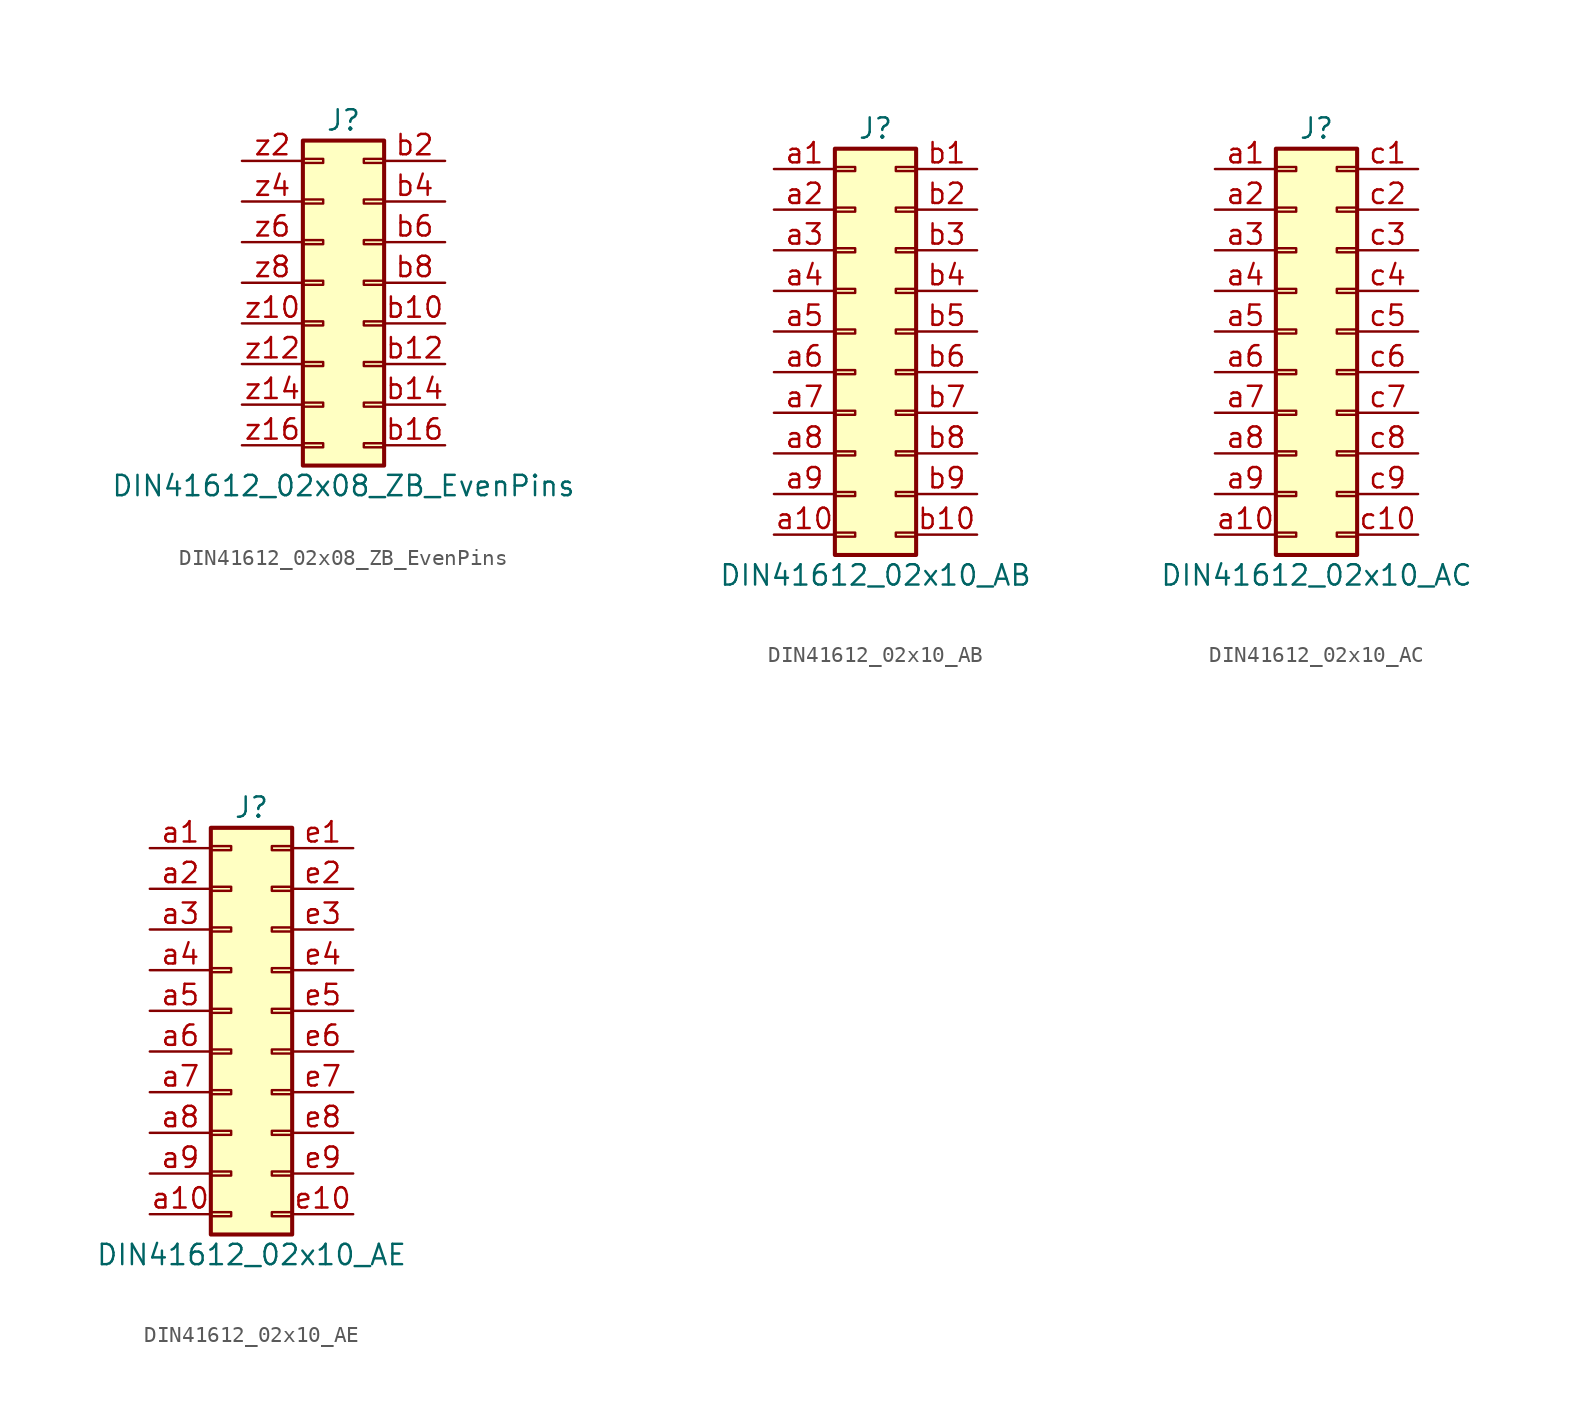
<source format=kicad_sym>
(kicad_symbol_lib
  (version 20220914)
  (generator kicad_symbol_editor)
  (symbol "DIN41612_02x08_ZB_EvenPins"
    (pin_names
      (offset 1.016) hide)
    (property "Reference" "J"
      (at 1.27 10.16 0)
      (effects (font (size 1.27 1.27))))
    (property "Value" "DIN41612_02x08_ZB_EvenPins"
      (at 1.27 -12.7 0)
      (effects (font (size 1.27 1.27))))
    (symbol "DIN41612_02x08_ZB_EvenPins_1_1"
      (rectangle (start -1.27 -10.033) (end 0 -10.287) (stroke (width 0.152) (type default)) (fill (type none)))
      (rectangle (start -1.27 -7.493) (end 0 -7.747) (stroke (width 0.152) (type default)) (fill (type none)))
      (rectangle (start -1.27 -4.953) (end 0 -5.207) (stroke (width 0.152) (type default)) (fill (type none)))
      (rectangle (start -1.27 -2.413) (end 0 -2.667) (stroke (width 0.152) (type default)) (fill (type none)))
      (rectangle (start -1.27 0.127) (end 0 -0.127) (stroke (width 0.152) (type default)) (fill (type none)))
      (rectangle (start -1.27 2.667) (end 0 2.413) (stroke (width 0.152) (type default)) (fill (type none)))
      (rectangle (start -1.27 5.207) (end 0 4.953) (stroke (width 0.152) (type default)) (fill (type none)))
      (rectangle (start -1.27 7.747) (end 0 7.493) (stroke (width 0.152) (type default)) (fill (type none)))
      (rectangle (start -1.27 8.89) (end 3.81 -11.43) (stroke (width 0.254) (type default)) (fill (type background)))
      (rectangle (start 3.81 -10.033) (end 2.54 -10.287) (stroke (width 0.152) (type default)) (fill (type none)))
      (rectangle (start 3.81 -7.493) (end 2.54 -7.747) (stroke (width 0.152) (type default)) (fill (type none)))
      (rectangle (start 3.81 -4.953) (end 2.54 -5.207) (stroke (width 0.152) (type default)) (fill (type none)))
      (rectangle (start 3.81 -2.413) (end 2.54 -2.667) (stroke (width 0.152) (type default)) (fill (type none)))
      (rectangle (start 3.81 0.127) (end 2.54 -0.127) (stroke (width 0.152) (type default)) (fill (type none)))
      (rectangle (start 3.81 2.667) (end 2.54 2.413) (stroke (width 0.152) (type default)) (fill (type none)))
      (rectangle (start 3.81 5.207) (end 2.54 4.953) (stroke (width 0.152) (type default)) (fill (type none)))
      (rectangle (start 3.81 7.747) (end 2.54 7.493) (stroke (width 0.152) (type default)) (fill (type none)))
      (pin passive line (at 7.62 -2.54 180) (length 3.81) (name "Pin_b10" (effects (font (size 1.27 1.27)))) (number "b10" (effects (font (size 1.27 1.27)))))
      (pin passive line (at 7.62 -5.08 180) (length 3.81) (name "Pin_b12" (effects (font (size 1.27 1.27)))) (number "b12" (effects (font (size 1.27 1.27)))))
      (pin passive line (at 7.62 -7.62 180) (length 3.81) (name "Pin_b14" (effects (font (size 1.27 1.27)))) (number "b14" (effects (font (size 1.27 1.27)))))
      (pin passive line (at 7.62 -10.16 180) (length 3.81) (name "Pin_b16" (effects (font (size 1.27 1.27)))) (number "b16" (effects (font (size 1.27 1.27)))))
      (pin passive line (at 7.62 7.62 180) (length 3.81) (name "Pin_b2" (effects (font (size 1.27 1.27)))) (number "b2" (effects (font (size 1.27 1.27)))))
      (pin passive line (at 7.62 5.08 180) (length 3.81) (name "Pin_b4" (effects (font (size 1.27 1.27)))) (number "b4" (effects (font (size 1.27 1.27)))))
      (pin passive line (at 7.62 2.54 180) (length 3.81) (name "Pin_b6" (effects (font (size 1.27 1.27)))) (number "b6" (effects (font (size 1.27 1.27)))))
      (pin passive line (at 7.62 0 180) (length 3.81) (name "Pin_b8" (effects (font (size 1.27 1.27)))) (number "b8" (effects (font (size 1.27 1.27)))))
      (pin passive line (at -5.08 -2.54 0) (length 3.81) (name "Pin_z10" (effects (font (size 1.27 1.27)))) (number "z10" (effects (font (size 1.27 1.27)))))
      (pin passive line (at -5.08 -5.08 0) (length 3.81) (name "Pin_z12" (effects (font (size 1.27 1.27)))) (number "z12" (effects (font (size 1.27 1.27)))))
      (pin passive line (at -5.08 -7.62 0) (length 3.81) (name "Pin_z14" (effects (font (size 1.27 1.27)))) (number "z14" (effects (font (size 1.27 1.27)))))
      (pin passive line (at -5.08 -10.16 0) (length 3.81) (name "Pin_z16" (effects (font (size 1.27 1.27)))) (number "z16" (effects (font (size 1.27 1.27)))))
      (pin passive line (at -5.08 7.62 0) (length 3.81) (name "Pin_z2" (effects (font (size 1.27 1.27)))) (number "z2" (effects (font (size 1.27 1.27)))))
      (pin passive line (at -5.08 5.08 0) (length 3.81) (name "Pin_z4" (effects (font (size 1.27 1.27)))) (number "z4" (effects (font (size 1.27 1.27)))))
      (pin passive line (at -5.08 2.54 0) (length 3.81) (name "Pin_z6" (effects (font (size 1.27 1.27)))) (number "z6" (effects (font (size 1.27 1.27)))))
      (pin passive line (at -5.08 0 0) (length 3.81) (name "Pin_z8" (effects (font (size 1.27 1.27)))) (number "z8" (effects (font (size 1.27 1.27)))))))
  (symbol "DIN41612_02x10_AB"
    (pin_names
      (offset 1.016) hide)
    (property "Reference" "J"
      (at 1.27 12.7 0)
      (effects (font (size 1.27 1.27))))
    (property "Value" "DIN41612_02x10_AB"
      (at 1.27 -15.24 0)
      (effects (font (size 1.27 1.27))))
    (symbol "DIN41612_02x10_AB_1_1"
      (rectangle (start -1.27 -12.573) (end 0 -12.827) (stroke (width 0.152) (type default)) (fill (type none)))
      (rectangle (start -1.27 -10.033) (end 0 -10.287) (stroke (width 0.152) (type default)) (fill (type none)))
      (rectangle (start -1.27 -7.493) (end 0 -7.747) (stroke (width 0.152) (type default)) (fill (type none)))
      (rectangle (start -1.27 -4.953) (end 0 -5.207) (stroke (width 0.152) (type default)) (fill (type none)))
      (rectangle (start -1.27 -2.413) (end 0 -2.667) (stroke (width 0.152) (type default)) (fill (type none)))
      (rectangle (start -1.27 0.127) (end 0 -0.127) (stroke (width 0.152) (type default)) (fill (type none)))
      (rectangle (start -1.27 2.667) (end 0 2.413) (stroke (width 0.152) (type default)) (fill (type none)))
      (rectangle (start -1.27 5.207) (end 0 4.953) (stroke (width 0.152) (type default)) (fill (type none)))
      (rectangle (start -1.27 7.747) (end 0 7.493) (stroke (width 0.152) (type default)) (fill (type none)))
      (rectangle (start -1.27 10.287) (end 0 10.033) (stroke (width 0.152) (type default)) (fill (type none)))
      (rectangle (start -1.27 11.43) (end 3.81 -13.97) (stroke (width 0.254) (type default)) (fill (type background)))
      (rectangle (start 3.81 -12.573) (end 2.54 -12.827) (stroke (width 0.152) (type default)) (fill (type none)))
      (rectangle (start 3.81 -10.033) (end 2.54 -10.287) (stroke (width 0.152) (type default)) (fill (type none)))
      (rectangle (start 3.81 -7.493) (end 2.54 -7.747) (stroke (width 0.152) (type default)) (fill (type none)))
      (rectangle (start 3.81 -4.953) (end 2.54 -5.207) (stroke (width 0.152) (type default)) (fill (type none)))
      (rectangle (start 3.81 -2.413) (end 2.54 -2.667) (stroke (width 0.152) (type default)) (fill (type none)))
      (rectangle (start 3.81 0.127) (end 2.54 -0.127) (stroke (width 0.152) (type default)) (fill (type none)))
      (rectangle (start 3.81 2.667) (end 2.54 2.413) (stroke (width 0.152) (type default)) (fill (type none)))
      (rectangle (start 3.81 5.207) (end 2.54 4.953) (stroke (width 0.152) (type default)) (fill (type none)))
      (rectangle (start 3.81 7.747) (end 2.54 7.493) (stroke (width 0.152) (type default)) (fill (type none)))
      (rectangle (start 3.81 10.287) (end 2.54 10.033) (stroke (width 0.152) (type default)) (fill (type none)))
      (pin passive line (at -5.08 10.16 0) (length 3.81) (name "Pin_a1" (effects (font (size 1.27 1.27)))) (number "a1" (effects (font (size 1.27 1.27)))))
      (pin passive line (at -5.08 -12.7 0) (length 3.81) (name "Pin_a10" (effects (font (size 1.27 1.27)))) (number "a10" (effects (font (size 1.27 1.27)))))
      (pin passive line (at -5.08 7.62 0) (length 3.81) (name "Pin_a2" (effects (font (size 1.27 1.27)))) (number "a2" (effects (font (size 1.27 1.27)))))
      (pin passive line (at -5.08 5.08 0) (length 3.81) (name "Pin_a3" (effects (font (size 1.27 1.27)))) (number "a3" (effects (font (size 1.27 1.27)))))
      (pin passive line (at -5.08 2.54 0) (length 3.81) (name "Pin_a4" (effects (font (size 1.27 1.27)))) (number "a4" (effects (font (size 1.27 1.27)))))
      (pin passive line (at -5.08 0 0) (length 3.81) (name "Pin_a5" (effects (font (size 1.27 1.27)))) (number "a5" (effects (font (size 1.27 1.27)))))
      (pin passive line (at -5.08 -2.54 0) (length 3.81) (name "Pin_a6" (effects (font (size 1.27 1.27)))) (number "a6" (effects (font (size 1.27 1.27)))))
      (pin passive line (at -5.08 -5.08 0) (length 3.81) (name "Pin_a7" (effects (font (size 1.27 1.27)))) (number "a7" (effects (font (size 1.27 1.27)))))
      (pin passive line (at -5.08 -7.62 0) (length 3.81) (name "Pin_a8" (effects (font (size 1.27 1.27)))) (number "a8" (effects (font (size 1.27 1.27)))))
      (pin passive line (at -5.08 -10.16 0) (length 3.81) (name "Pin_a9" (effects (font (size 1.27 1.27)))) (number "a9" (effects (font (size 1.27 1.27)))))
      (pin passive line (at 7.62 10.16 180) (length 3.81) (name "Pin_b1" (effects (font (size 1.27 1.27)))) (number "b1" (effects (font (size 1.27 1.27)))))
      (pin passive line (at 7.62 -12.7 180) (length 3.81) (name "Pin_b10" (effects (font (size 1.27 1.27)))) (number "b10" (effects (font (size 1.27 1.27)))))
      (pin passive line (at 7.62 7.62 180) (length 3.81) (name "Pin_b2" (effects (font (size 1.27 1.27)))) (number "b2" (effects (font (size 1.27 1.27)))))
      (pin passive line (at 7.62 5.08 180) (length 3.81) (name "Pin_b3" (effects (font (size 1.27 1.27)))) (number "b3" (effects (font (size 1.27 1.27)))))
      (pin passive line (at 7.62 2.54 180) (length 3.81) (name "Pin_b4" (effects (font (size 1.27 1.27)))) (number "b4" (effects (font (size 1.27 1.27)))))
      (pin passive line (at 7.62 0 180) (length 3.81) (name "Pin_b5" (effects (font (size 1.27 1.27)))) (number "b5" (effects (font (size 1.27 1.27)))))
      (pin passive line (at 7.62 -2.54 180) (length 3.81) (name "Pin_b6" (effects (font (size 1.27 1.27)))) (number "b6" (effects (font (size 1.27 1.27)))))
      (pin passive line (at 7.62 -5.08 180) (length 3.81) (name "Pin_b7" (effects (font (size 1.27 1.27)))) (number "b7" (effects (font (size 1.27 1.27)))))
      (pin passive line (at 7.62 -7.62 180) (length 3.81) (name "Pin_b8" (effects (font (size 1.27 1.27)))) (number "b8" (effects (font (size 1.27 1.27)))))
      (pin passive line (at 7.62 -10.16 180) (length 3.81) (name "Pin_b9" (effects (font (size 1.27 1.27)))) (number "b9" (effects (font (size 1.27 1.27)))))))
  (symbol "DIN41612_02x10_AC"
    (pin_names
      (offset 1.016) hide)
    (property "Reference" "J"
      (at 1.27 12.7 0)
      (effects (font (size 1.27 1.27))))
    (property "Value" "DIN41612_02x10_AC"
      (at 1.27 -15.24 0)
      (effects (font (size 1.27 1.27))))
    (symbol "DIN41612_02x10_AC_1_1"
      (rectangle (start -1.27 -12.573) (end 0 -12.827) (stroke (width 0.152) (type default)) (fill (type none)))
      (rectangle (start -1.27 -10.033) (end 0 -10.287) (stroke (width 0.152) (type default)) (fill (type none)))
      (rectangle (start -1.27 -7.493) (end 0 -7.747) (stroke (width 0.152) (type default)) (fill (type none)))
      (rectangle (start -1.27 -4.953) (end 0 -5.207) (stroke (width 0.152) (type default)) (fill (type none)))
      (rectangle (start -1.27 -2.413) (end 0 -2.667) (stroke (width 0.152) (type default)) (fill (type none)))
      (rectangle (start -1.27 0.127) (end 0 -0.127) (stroke (width 0.152) (type default)) (fill (type none)))
      (rectangle (start -1.27 2.667) (end 0 2.413) (stroke (width 0.152) (type default)) (fill (type none)))
      (rectangle (start -1.27 5.207) (end 0 4.953) (stroke (width 0.152) (type default)) (fill (type none)))
      (rectangle (start -1.27 7.747) (end 0 7.493) (stroke (width 0.152) (type default)) (fill (type none)))
      (rectangle (start -1.27 10.287) (end 0 10.033) (stroke (width 0.152) (type default)) (fill (type none)))
      (rectangle (start -1.27 11.43) (end 3.81 -13.97) (stroke (width 0.254) (type default)) (fill (type background)))
      (rectangle (start 3.81 -12.573) (end 2.54 -12.827) (stroke (width 0.152) (type default)) (fill (type none)))
      (rectangle (start 3.81 -10.033) (end 2.54 -10.287) (stroke (width 0.152) (type default)) (fill (type none)))
      (rectangle (start 3.81 -7.493) (end 2.54 -7.747) (stroke (width 0.152) (type default)) (fill (type none)))
      (rectangle (start 3.81 -4.953) (end 2.54 -5.207) (stroke (width 0.152) (type default)) (fill (type none)))
      (rectangle (start 3.81 -2.413) (end 2.54 -2.667) (stroke (width 0.152) (type default)) (fill (type none)))
      (rectangle (start 3.81 0.127) (end 2.54 -0.127) (stroke (width 0.152) (type default)) (fill (type none)))
      (rectangle (start 3.81 2.667) (end 2.54 2.413) (stroke (width 0.152) (type default)) (fill (type none)))
      (rectangle (start 3.81 5.207) (end 2.54 4.953) (stroke (width 0.152) (type default)) (fill (type none)))
      (rectangle (start 3.81 7.747) (end 2.54 7.493) (stroke (width 0.152) (type default)) (fill (type none)))
      (rectangle (start 3.81 10.287) (end 2.54 10.033) (stroke (width 0.152) (type default)) (fill (type none)))
      (pin passive line (at -5.08 10.16 0) (length 3.81) (name "Pin_a1" (effects (font (size 1.27 1.27)))) (number "a1" (effects (font (size 1.27 1.27)))))
      (pin passive line (at -5.08 -12.7 0) (length 3.81) (name "Pin_a10" (effects (font (size 1.27 1.27)))) (number "a10" (effects (font (size 1.27 1.27)))))
      (pin passive line (at -5.08 7.62 0) (length 3.81) (name "Pin_a2" (effects (font (size 1.27 1.27)))) (number "a2" (effects (font (size 1.27 1.27)))))
      (pin passive line (at -5.08 5.08 0) (length 3.81) (name "Pin_a3" (effects (font (size 1.27 1.27)))) (number "a3" (effects (font (size 1.27 1.27)))))
      (pin passive line (at -5.08 2.54 0) (length 3.81) (name "Pin_a4" (effects (font (size 1.27 1.27)))) (number "a4" (effects (font (size 1.27 1.27)))))
      (pin passive line (at -5.08 0 0) (length 3.81) (name "Pin_a5" (effects (font (size 1.27 1.27)))) (number "a5" (effects (font (size 1.27 1.27)))))
      (pin passive line (at -5.08 -2.54 0) (length 3.81) (name "Pin_a6" (effects (font (size 1.27 1.27)))) (number "a6" (effects (font (size 1.27 1.27)))))
      (pin passive line (at -5.08 -5.08 0) (length 3.81) (name "Pin_a7" (effects (font (size 1.27 1.27)))) (number "a7" (effects (font (size 1.27 1.27)))))
      (pin passive line (at -5.08 -7.62 0) (length 3.81) (name "Pin_a8" (effects (font (size 1.27 1.27)))) (number "a8" (effects (font (size 1.27 1.27)))))
      (pin passive line (at -5.08 -10.16 0) (length 3.81) (name "Pin_a9" (effects (font (size 1.27 1.27)))) (number "a9" (effects (font (size 1.27 1.27)))))
      (pin passive line (at 7.62 10.16 180) (length 3.81) (name "Pin_c1" (effects (font (size 1.27 1.27)))) (number "c1" (effects (font (size 1.27 1.27)))))
      (pin passive line (at 7.62 -12.7 180) (length 3.81) (name "Pin_c10" (effects (font (size 1.27 1.27)))) (number "c10" (effects (font (size 1.27 1.27)))))
      (pin passive line (at 7.62 7.62 180) (length 3.81) (name "Pin_c2" (effects (font (size 1.27 1.27)))) (number "c2" (effects (font (size 1.27 1.27)))))
      (pin passive line (at 7.62 5.08 180) (length 3.81) (name "Pin_c3" (effects (font (size 1.27 1.27)))) (number "c3" (effects (font (size 1.27 1.27)))))
      (pin passive line (at 7.62 2.54 180) (length 3.81) (name "Pin_c4" (effects (font (size 1.27 1.27)))) (number "c4" (effects (font (size 1.27 1.27)))))
      (pin passive line (at 7.62 0 180) (length 3.81) (name "Pin_c5" (effects (font (size 1.27 1.27)))) (number "c5" (effects (font (size 1.27 1.27)))))
      (pin passive line (at 7.62 -2.54 180) (length 3.81) (name "Pin_c6" (effects (font (size 1.27 1.27)))) (number "c6" (effects (font (size 1.27 1.27)))))
      (pin passive line (at 7.62 -5.08 180) (length 3.81) (name "Pin_c7" (effects (font (size 1.27 1.27)))) (number "c7" (effects (font (size 1.27 1.27)))))
      (pin passive line (at 7.62 -7.62 180) (length 3.81) (name "Pin_c8" (effects (font (size 1.27 1.27)))) (number "c8" (effects (font (size 1.27 1.27)))))
      (pin passive line (at 7.62 -10.16 180) (length 3.81) (name "Pin_c9" (effects (font (size 1.27 1.27)))) (number "c9" (effects (font (size 1.27 1.27)))))))
  (symbol "DIN41612_02x10_AE"
    (pin_names
      (offset 1.016) hide)
    (property "Reference" "J"
      (at 1.27 12.7 0)
      (effects (font (size 1.27 1.27))))
    (property "Value" "DIN41612_02x10_AE"
      (at 1.27 -15.24 0)
      (effects (font (size 1.27 1.27))))
    (symbol "DIN41612_02x10_AE_1_1"
      (rectangle (start -1.27 -12.573) (end 0 -12.827) (stroke (width 0.152) (type default)) (fill (type none)))
      (rectangle (start -1.27 -10.033) (end 0 -10.287) (stroke (width 0.152) (type default)) (fill (type none)))
      (rectangle (start -1.27 -7.493) (end 0 -7.747) (stroke (width 0.152) (type default)) (fill (type none)))
      (rectangle (start -1.27 -4.953) (end 0 -5.207) (stroke (width 0.152) (type default)) (fill (type none)))
      (rectangle (start -1.27 -2.413) (end 0 -2.667) (stroke (width 0.152) (type default)) (fill (type none)))
      (rectangle (start -1.27 0.127) (end 0 -0.127) (stroke (width 0.152) (type default)) (fill (type none)))
      (rectangle (start -1.27 2.667) (end 0 2.413) (stroke (width 0.152) (type default)) (fill (type none)))
      (rectangle (start -1.27 5.207) (end 0 4.953) (stroke (width 0.152) (type default)) (fill (type none)))
      (rectangle (start -1.27 7.747) (end 0 7.493) (stroke (width 0.152) (type default)) (fill (type none)))
      (rectangle (start -1.27 10.287) (end 0 10.033) (stroke (width 0.152) (type default)) (fill (type none)))
      (rectangle (start -1.27 11.43) (end 3.81 -13.97) (stroke (width 0.254) (type default)) (fill (type background)))
      (rectangle (start 3.81 -12.573) (end 2.54 -12.827) (stroke (width 0.152) (type default)) (fill (type none)))
      (rectangle (start 3.81 -10.033) (end 2.54 -10.287) (stroke (width 0.152) (type default)) (fill (type none)))
      (rectangle (start 3.81 -7.493) (end 2.54 -7.747) (stroke (width 0.152) (type default)) (fill (type none)))
      (rectangle (start 3.81 -4.953) (end 2.54 -5.207) (stroke (width 0.152) (type default)) (fill (type none)))
      (rectangle (start 3.81 -2.413) (end 2.54 -2.667) (stroke (width 0.152) (type default)) (fill (type none)))
      (rectangle (start 3.81 0.127) (end 2.54 -0.127) (stroke (width 0.152) (type default)) (fill (type none)))
      (rectangle (start 3.81 2.667) (end 2.54 2.413) (stroke (width 0.152) (type default)) (fill (type none)))
      (rectangle (start 3.81 5.207) (end 2.54 4.953) (stroke (width 0.152) (type default)) (fill (type none)))
      (rectangle (start 3.81 7.747) (end 2.54 7.493) (stroke (width 0.152) (type default)) (fill (type none)))
      (rectangle (start 3.81 10.287) (end 2.54 10.033) (stroke (width 0.152) (type default)) (fill (type none)))
      (pin passive line (at -5.08 10.16 0) (length 3.81) (name "Pin_a1" (effects (font (size 1.27 1.27)))) (number "a1" (effects (font (size 1.27 1.27)))))
      (pin passive line (at -5.08 -12.7 0) (length 3.81) (name "Pin_a10" (effects (font (size 1.27 1.27)))) (number "a10" (effects (font (size 1.27 1.27)))))
      (pin passive line (at -5.08 7.62 0) (length 3.81) (name "Pin_a2" (effects (font (size 1.27 1.27)))) (number "a2" (effects (font (size 1.27 1.27)))))
      (pin passive line (at -5.08 5.08 0) (length 3.81) (name "Pin_a3" (effects (font (size 1.27 1.27)))) (number "a3" (effects (font (size 1.27 1.27)))))
      (pin passive line (at -5.08 2.54 0) (length 3.81) (name "Pin_a4" (effects (font (size 1.27 1.27)))) (number "a4" (effects (font (size 1.27 1.27)))))
      (pin passive line (at -5.08 0 0) (length 3.81) (name "Pin_a5" (effects (font (size 1.27 1.27)))) (number "a5" (effects (font (size 1.27 1.27)))))
      (pin passive line (at -5.08 -2.54 0) (length 3.81) (name "Pin_a6" (effects (font (size 1.27 1.27)))) (number "a6" (effects (font (size 1.27 1.27)))))
      (pin passive line (at -5.08 -5.08 0) (length 3.81) (name "Pin_a7" (effects (font (size 1.27 1.27)))) (number "a7" (effects (font (size 1.27 1.27)))))
      (pin passive line (at -5.08 -7.62 0) (length 3.81) (name "Pin_a8" (effects (font (size 1.27 1.27)))) (number "a8" (effects (font (size 1.27 1.27)))))
      (pin passive line (at -5.08 -10.16 0) (length 3.81) (name "Pin_a9" (effects (font (size 1.27 1.27)))) (number "a9" (effects (font (size 1.27 1.27)))))
      (pin passive line (at 7.62 10.16 180) (length 3.81) (name "Pin_e1" (effects (font (size 1.27 1.27)))) (number "e1" (effects (font (size 1.27 1.27)))))
      (pin passive line (at 7.62 -12.7 180) (length 3.81) (name "Pin_e10" (effects (font (size 1.27 1.27)))) (number "e10" (effects (font (size 1.27 1.27)))))
      (pin passive line (at 7.62 7.62 180) (length 3.81) (name "Pin_e2" (effects (font (size 1.27 1.27)))) (number "e2" (effects (font (size 1.27 1.27)))))
      (pin passive line (at 7.62 5.08 180) (length 3.81) (name "Pin_e3" (effects (font (size 1.27 1.27)))) (number "e3" (effects (font (size 1.27 1.27)))))
      (pin passive line (at 7.62 2.54 180) (length 3.81) (name "Pin_e4" (effects (font (size 1.27 1.27)))) (number "e4" (effects (font (size 1.27 1.27)))))
      (pin passive line (at 7.62 0 180) (length 3.81) (name "Pin_e5" (effects (font (size 1.27 1.27)))) (number "e5" (effects (font (size 1.27 1.27)))))
      (pin passive line (at 7.62 -2.54 180) (length 3.81) (name "Pin_e6" (effects (font (size 1.27 1.27)))) (number "e6" (effects (font (size 1.27 1.27)))))
      (pin passive line (at 7.62 -5.08 180) (length 3.81) (name "Pin_e7" (effects (font (size 1.27 1.27)))) (number "e7" (effects (font (size 1.27 1.27)))))
      (pin passive line (at 7.62 -7.62 180) (length 3.81) (name "Pin_e8" (effects (font (size 1.27 1.27)))) (number "e8" (effects (font (size 1.27 1.27)))))
      (pin passive line (at 7.62 -10.16 180) (length 3.81) (name "Pin_e9" (effects (font (size 1.27 1.27)))) (number "e9" (effects (font (size 1.27 1.27))))))))
</source>
